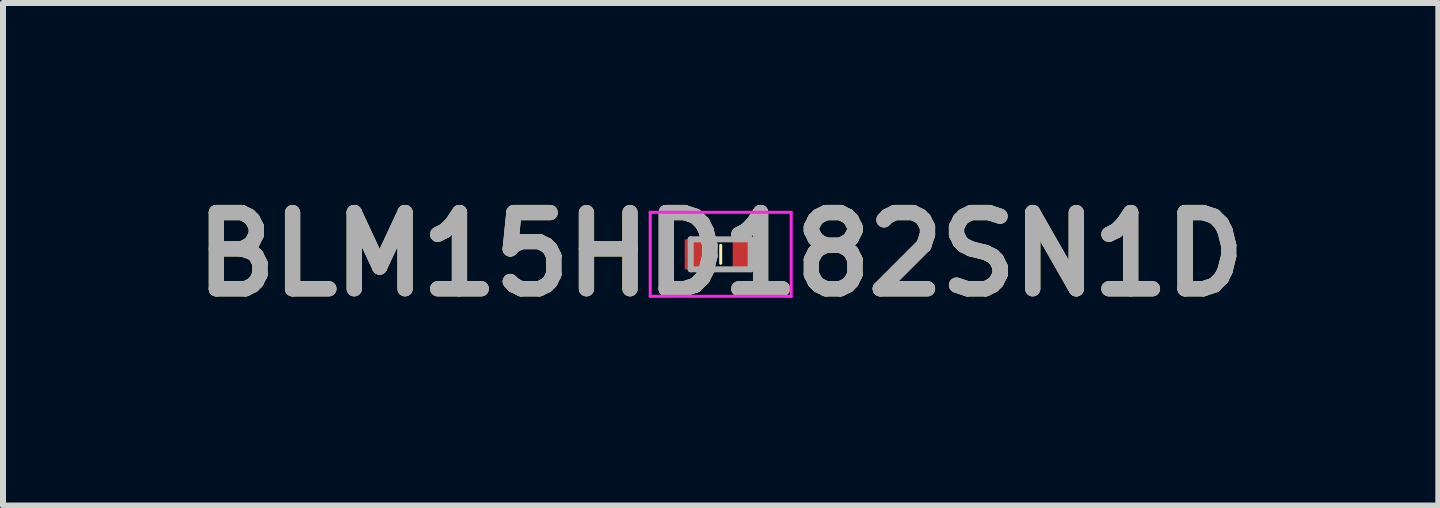
<source format=kicad_pcb>
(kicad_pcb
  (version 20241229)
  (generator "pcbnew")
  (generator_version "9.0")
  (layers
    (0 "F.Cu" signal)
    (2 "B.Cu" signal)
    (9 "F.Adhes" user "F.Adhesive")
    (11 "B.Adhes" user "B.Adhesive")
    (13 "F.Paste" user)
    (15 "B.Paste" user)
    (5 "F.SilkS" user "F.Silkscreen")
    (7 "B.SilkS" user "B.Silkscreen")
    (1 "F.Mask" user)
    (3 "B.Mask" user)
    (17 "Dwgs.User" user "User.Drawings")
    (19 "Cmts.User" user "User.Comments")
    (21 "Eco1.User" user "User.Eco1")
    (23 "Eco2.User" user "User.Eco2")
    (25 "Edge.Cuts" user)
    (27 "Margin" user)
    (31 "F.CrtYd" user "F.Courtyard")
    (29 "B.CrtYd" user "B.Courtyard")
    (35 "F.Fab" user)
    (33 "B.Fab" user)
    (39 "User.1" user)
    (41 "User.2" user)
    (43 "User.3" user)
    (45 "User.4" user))
  (footprint "BLM15HD182SN1D"
    (layer "F.Cu")
    (at 8.963 1.189)
    (property "Reference" "BLM15HD182SN1D" (at 0 0 0) (layer "F.SilkS") (effects (font (size 1.27 1.27) (thickness 0.254))))
    (attr smd)
    (fp_line (start 0 -0.15) (end 0 0.15) (stroke (width 0.05) (type solid)) (layer "F.SilkS"))
    (fp_line (start -1.175 -0.7) (end 1.175 -0.7) (stroke (width 0.05) (type solid)) (layer "F.CrtYd"))
    (fp_line (start -1.175 0.7) (end -1.175 -0.7) (stroke (width 0.05) (type solid)) (layer "F.CrtYd"))
    (fp_line (start 1.175 -0.7) (end 1.175 0.7) (stroke (width 0.05) (type solid)) (layer "F.CrtYd"))
    (fp_line (start 1.175 0.7) (end -1.175 0.7) (stroke (width 0.05) (type solid)) (layer "F.CrtYd"))
    (fp_line (start -0.5 -0.25) (end 0.5 -0.25) (stroke (width 0.1) (type solid)) (layer "F.Fab"))
    (fp_line (start -0.5 0.25) (end -0.5 -0.25) (stroke (width 0.1) (type solid)) (layer "F.Fab"))
    (fp_line (start 0.5 -0.25) (end 0.5 0.25) (stroke (width 0.1) (type solid)) (layer "F.Fab"))
    (fp_line (start 0.5 0.25) (end -0.5 0.25) (stroke (width 0.1) (type solid)) (layer "F.Fab"))
    (fp_text user "${REFERENCE}" (at 0 0 0) (layer "F.Fab") (effects (font (size 1.27 1.27) (thickness 0.254))))
    (pad "1" smd rect (at -0.4 0) (size 0.4 0.5) (layers "F.Cu" "F.Mask" "F.Paste"))
    (pad "2" smd rect (at 0.4 0) (size 0.4 0.5) (layers "F.Cu" "F.Mask" "F.Paste")))
  (gr_rect
    (start -3 -3)
    (end 20.925 5.377)
    (stroke (width 0.1) (type default))
    (fill no)
    (layer "Edge.Cuts")))
</source>
